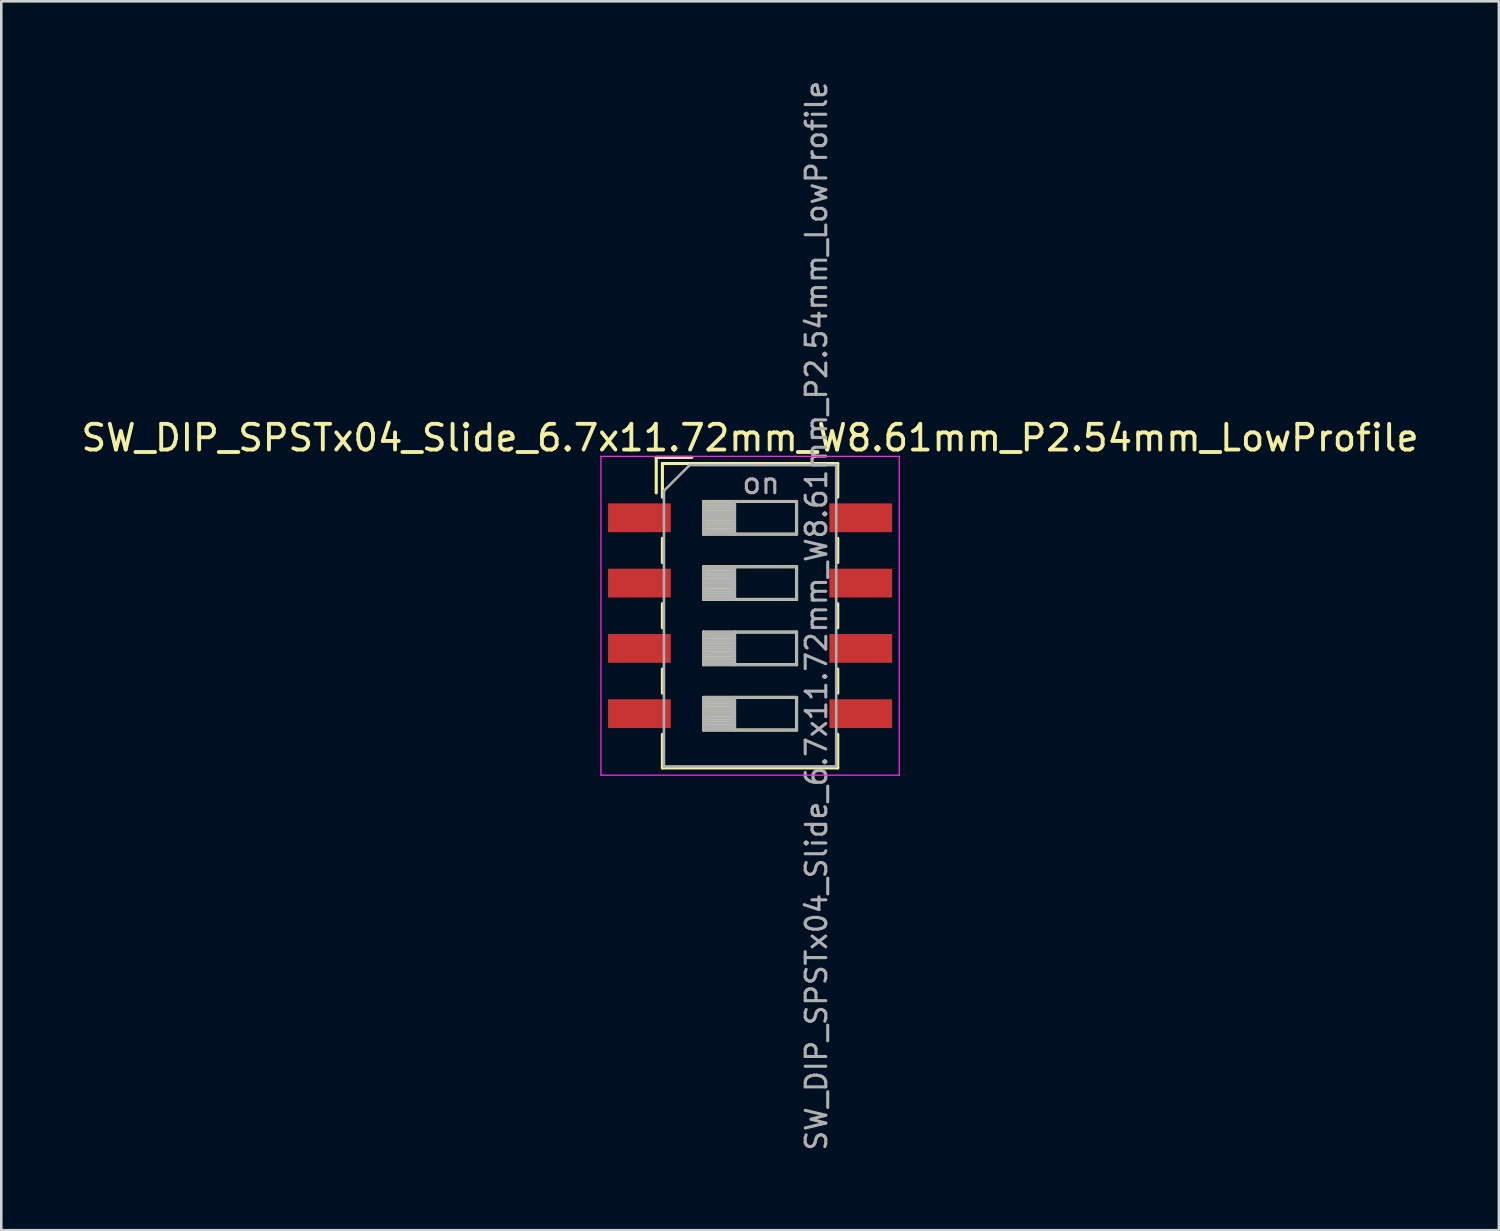
<source format=kicad_pcb>
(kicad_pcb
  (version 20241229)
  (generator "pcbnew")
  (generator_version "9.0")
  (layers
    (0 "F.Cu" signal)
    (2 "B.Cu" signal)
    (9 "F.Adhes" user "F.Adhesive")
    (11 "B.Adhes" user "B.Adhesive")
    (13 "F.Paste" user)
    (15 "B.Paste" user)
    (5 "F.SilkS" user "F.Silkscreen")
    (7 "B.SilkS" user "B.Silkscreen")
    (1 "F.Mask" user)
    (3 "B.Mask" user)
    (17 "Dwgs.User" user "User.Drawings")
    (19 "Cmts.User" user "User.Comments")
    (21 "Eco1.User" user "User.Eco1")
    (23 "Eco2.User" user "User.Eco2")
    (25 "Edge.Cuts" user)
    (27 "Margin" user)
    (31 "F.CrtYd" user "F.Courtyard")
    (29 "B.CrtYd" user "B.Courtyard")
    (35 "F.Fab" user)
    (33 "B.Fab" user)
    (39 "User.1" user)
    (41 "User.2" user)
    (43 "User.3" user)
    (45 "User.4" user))
  (footprint "SW_DIP_SPSTx04_Slide_6.7x11.72mm_W8.61mm_P2.54mm_LowProfile"
    (layer "F.Cu")
    (at 26.125 20.9)
    (property "Reference" "SW_DIP_SPSTx04_Slide_6.7x11.72mm_W8.61mm_P2.54mm_LowProfile" (at 0 -6.92 0) (layer "F.SilkS") (effects (font (size 1 1) (thickness 0.15))))
    (attr smd)
    (fp_line (start -3.65 -6.16) (end -3.65 -4.777) (stroke (width 0.12) (type solid)) (layer "F.SilkS"))
    (fp_line (start -3.65 -6.16) (end -2.267 -6.16) (stroke (width 0.12) (type solid)) (layer "F.SilkS"))
    (fp_line (start -3.41 -5.92) (end -3.41 -4.61) (stroke (width 0.12) (type solid)) (layer "F.SilkS"))
    (fp_line (start -3.41 -5.92) (end 3.41 -5.92) (stroke (width 0.12) (type solid)) (layer "F.SilkS"))
    (fp_line (start -3.41 -3.01) (end -3.41 -2.07) (stroke (width 0.12) (type solid)) (layer "F.SilkS"))
    (fp_line (start -3.41 -0.47) (end -3.41 0.47) (stroke (width 0.12) (type solid)) (layer "F.SilkS"))
    (fp_line (start -3.41 2.07) (end -3.41 3.01) (stroke (width 0.12) (type solid)) (layer "F.SilkS"))
    (fp_line (start -3.41 4.61) (end -3.41 5.92) (stroke (width 0.12) (type solid)) (layer "F.SilkS"))
    (fp_line (start -3.41 5.92) (end 3.41 5.92) (stroke (width 0.12) (type solid)) (layer "F.SilkS"))
    (fp_line (start -1.81 -4.445) (end -1.81 -3.175) (stroke (width 0.12) (type solid)) (layer "F.SilkS"))
    (fp_line (start -1.81 -4.325) (end -0.603 -4.325) (stroke (width 0.12) (type solid)) (layer "F.SilkS"))
    (fp_line (start -1.81 -4.205) (end -0.603 -4.205) (stroke (width 0.12) (type solid)) (layer "F.SilkS"))
    (fp_line (start -1.81 -4.085) (end -0.603 -4.085) (stroke (width 0.12) (type solid)) (layer "F.SilkS"))
    (fp_line (start -1.81 -3.965) (end -0.603 -3.965) (stroke (width 0.12) (type solid)) (layer "F.SilkS"))
    (fp_line (start -1.81 -3.845) (end -0.603 -3.845) (stroke (width 0.12) (type solid)) (layer "F.SilkS"))
    (fp_line (start -1.81 -3.725) (end -0.603 -3.725) (stroke (width 0.12) (type solid)) (layer "F.SilkS"))
    (fp_line (start -1.81 -3.605) (end -0.603 -3.605) (stroke (width 0.12) (type solid)) (layer "F.SilkS"))
    (fp_line (start -1.81 -3.485) (end -0.603 -3.485) (stroke (width 0.12) (type solid)) (layer "F.SilkS"))
    (fp_line (start -1.81 -3.365) (end -0.603 -3.365) (stroke (width 0.12) (type solid)) (layer "F.SilkS"))
    (fp_line (start -1.81 -3.245) (end -0.603 -3.245) (stroke (width 0.12) (type solid)) (layer "F.SilkS"))
    (fp_line (start -1.81 -3.175) (end 1.81 -3.175) (stroke (width 0.12) (type solid)) (layer "F.SilkS"))
    (fp_line (start -1.81 -1.905) (end -1.81 -0.635) (stroke (width 0.12) (type solid)) (layer "F.SilkS"))
    (fp_line (start -1.81 -1.785) (end -0.603 -1.785) (stroke (width 0.12) (type solid)) (layer "F.SilkS"))
    (fp_line (start -1.81 -1.665) (end -0.603 -1.665) (stroke (width 0.12) (type solid)) (layer "F.SilkS"))
    (fp_line (start -1.81 -1.545) (end -0.603 -1.545) (stroke (width 0.12) (type solid)) (layer "F.SilkS"))
    (fp_line (start -1.81 -1.425) (end -0.603 -1.425) (stroke (width 0.12) (type solid)) (layer "F.SilkS"))
    (fp_line (start -1.81 -1.305) (end -0.603 -1.305) (stroke (width 0.12) (type solid)) (layer "F.SilkS"))
    (fp_line (start -1.81 -1.185) (end -0.603 -1.185) (stroke (width 0.12) (type solid)) (layer "F.SilkS"))
    (fp_line (start -1.81 -1.065) (end -0.603 -1.065) (stroke (width 0.12) (type solid)) (layer "F.SilkS"))
    (fp_line (start -1.81 -0.945) (end -0.603 -0.945) (stroke (width 0.12) (type solid)) (layer "F.SilkS"))
    (fp_line (start -1.81 -0.825) (end -0.603 -0.825) (stroke (width 0.12) (type solid)) (layer "F.SilkS"))
    (fp_line (start -1.81 -0.705) (end -0.603 -0.705) (stroke (width 0.12) (type solid)) (layer "F.SilkS"))
    (fp_line (start -1.81 -0.635) (end 1.81 -0.635) (stroke (width 0.12) (type solid)) (layer "F.SilkS"))
    (fp_line (start -1.81 0.635) (end -1.81 1.905) (stroke (width 0.12) (type solid)) (layer "F.SilkS"))
    (fp_line (start -1.81 0.755) (end -0.603 0.755) (stroke (width 0.12) (type solid)) (layer "F.SilkS"))
    (fp_line (start -1.81 0.875) (end -0.603 0.875) (stroke (width 0.12) (type solid)) (layer "F.SilkS"))
    (fp_line (start -1.81 0.995) (end -0.603 0.995) (stroke (width 0.12) (type solid)) (layer "F.SilkS"))
    (fp_line (start -1.81 1.115) (end -0.603 1.115) (stroke (width 0.12) (type solid)) (layer "F.SilkS"))
    (fp_line (start -1.81 1.235) (end -0.603 1.235) (stroke (width 0.12) (type solid)) (layer "F.SilkS"))
    (fp_line (start -1.81 1.355) (end -0.603 1.355) (stroke (width 0.12) (type solid)) (layer "F.SilkS"))
    (fp_line (start -1.81 1.475) (end -0.603 1.475) (stroke (width 0.12) (type solid)) (layer "F.SilkS"))
    (fp_line (start -1.81 1.595) (end -0.603 1.595) (stroke (width 0.12) (type solid)) (layer "F.SilkS"))
    (fp_line (start -1.81 1.715) (end -0.603 1.715) (stroke (width 0.12) (type solid)) (layer "F.SilkS"))
    (fp_line (start -1.81 1.835) (end -0.603 1.835) (stroke (width 0.12) (type solid)) (layer "F.SilkS"))
    (fp_line (start -1.81 1.905) (end 1.81 1.905) (stroke (width 0.12) (type solid)) (layer "F.SilkS"))
    (fp_line (start -1.81 3.175) (end -1.81 4.445) (stroke (width 0.12) (type solid)) (layer "F.SilkS"))
    (fp_line (start -1.81 3.295) (end -0.603 3.295) (stroke (width 0.12) (type solid)) (layer "F.SilkS"))
    (fp_line (start -1.81 3.415) (end -0.603 3.415) (stroke (width 0.12) (type solid)) (layer "F.SilkS"))
    (fp_line (start -1.81 3.535) (end -0.603 3.535) (stroke (width 0.12) (type solid)) (layer "F.SilkS"))
    (fp_line (start -1.81 3.655) (end -0.603 3.655) (stroke (width 0.12) (type solid)) (layer "F.SilkS"))
    (fp_line (start -1.81 3.775) (end -0.603 3.775) (stroke (width 0.12) (type solid)) (layer "F.SilkS"))
    (fp_line (start -1.81 3.895) (end -0.603 3.895) (stroke (width 0.12) (type solid)) (layer "F.SilkS"))
    (fp_line (start -1.81 4.015) (end -0.603 4.015) (stroke (width 0.12) (type solid)) (layer "F.SilkS"))
    (fp_line (start -1.81 4.135) (end -0.603 4.135) (stroke (width 0.12) (type solid)) (layer "F.SilkS"))
    (fp_line (start -1.81 4.255) (end -0.603 4.255) (stroke (width 0.12) (type solid)) (layer "F.SilkS"))
    (fp_line (start -1.81 4.375) (end -0.603 4.375) (stroke (width 0.12) (type solid)) (layer "F.SilkS"))
    (fp_line (start -1.81 4.445) (end 1.81 4.445) (stroke (width 0.12) (type solid)) (layer "F.SilkS"))
    (fp_line (start -0.603 -4.445) (end -0.603 -3.175) (stroke (width 0.12) (type solid)) (layer "F.SilkS"))
    (fp_line (start -0.603 -1.905) (end -0.603 -0.635) (stroke (width 0.12) (type solid)) (layer "F.SilkS"))
    (fp_line (start -0.603 0.635) (end -0.603 1.905) (stroke (width 0.12) (type solid)) (layer "F.SilkS"))
    (fp_line (start -0.603 3.175) (end -0.603 4.445) (stroke (width 0.12) (type solid)) (layer "F.SilkS"))
    (fp_line (start 1.81 -4.445) (end -1.81 -4.445) (stroke (width 0.12) (type solid)) (layer "F.SilkS"))
    (fp_line (start 1.81 -3.175) (end 1.81 -4.445) (stroke (width 0.12) (type solid)) (layer "F.SilkS"))
    (fp_line (start 1.81 -1.905) (end -1.81 -1.905) (stroke (width 0.12) (type solid)) (layer "F.SilkS"))
    (fp_line (start 1.81 -0.635) (end 1.81 -1.905) (stroke (width 0.12) (type solid)) (layer "F.SilkS"))
    (fp_line (start 1.81 0.635) (end -1.81 0.635) (stroke (width 0.12) (type solid)) (layer "F.SilkS"))
    (fp_line (start 1.81 1.905) (end 1.81 0.635) (stroke (width 0.12) (type solid)) (layer "F.SilkS"))
    (fp_line (start 1.81 3.175) (end -1.81 3.175) (stroke (width 0.12) (type solid)) (layer "F.SilkS"))
    (fp_line (start 1.81 4.445) (end 1.81 3.175) (stroke (width 0.12) (type solid)) (layer "F.SilkS"))
    (fp_line (start 3.41 -5.92) (end 3.41 -4.61) (stroke (width 0.12) (type solid)) (layer "F.SilkS"))
    (fp_line (start 3.41 -3.01) (end 3.41 -2.07) (stroke (width 0.12) (type solid)) (layer "F.SilkS"))
    (fp_line (start 3.41 -0.47) (end 3.41 0.47) (stroke (width 0.12) (type solid)) (layer "F.SilkS"))
    (fp_line (start 3.41 2.07) (end 3.41 3.01) (stroke (width 0.12) (type solid)) (layer "F.SilkS"))
    (fp_line (start 3.41 4.61) (end 3.41 5.92) (stroke (width 0.12) (type solid)) (layer "F.SilkS"))
    (fp_line (start -5.8 -6.2) (end -5.8 6.2) (stroke (width 0.05) (type solid)) (layer "F.CrtYd"))
    (fp_line (start -5.8 6.2) (end 5.8 6.2) (stroke (width 0.05) (type solid)) (layer "F.CrtYd"))
    (fp_line (start 5.8 -6.2) (end -5.8 -6.2) (stroke (width 0.05) (type solid)) (layer "F.CrtYd"))
    (fp_line (start 5.8 6.2) (end 5.8 -6.2) (stroke (width 0.05) (type solid)) (layer "F.CrtYd"))
    (fp_line (start -3.35 -4.86) (end -2.35 -5.86) (stroke (width 0.1) (type solid)) (layer "F.Fab"))
    (fp_line (start -3.35 5.86) (end -3.35 -4.86) (stroke (width 0.1) (type solid)) (layer "F.Fab"))
    (fp_line (start -2.35 -5.86) (end 3.35 -5.86) (stroke (width 0.1) (type solid)) (layer "F.Fab"))
    (fp_line (start -1.81 -4.445) (end -1.81 -3.175) (stroke (width 0.1) (type solid)) (layer "F.Fab"))
    (fp_line (start -1.81 -4.345) (end -0.603 -4.345) (stroke (width 0.1) (type solid)) (layer "F.Fab"))
    (fp_line (start -1.81 -4.245) (end -0.603 -4.245) (stroke (width 0.1) (type solid)) (layer "F.Fab"))
    (fp_line (start -1.81 -4.145) (end -0.603 -4.145) (stroke (width 0.1) (type solid)) (layer "F.Fab"))
    (fp_line (start -1.81 -4.045) (end -0.603 -4.045) (stroke (width 0.1) (type solid)) (layer "F.Fab"))
    (fp_line (start -1.81 -3.945) (end -0.603 -3.945) (stroke (width 0.1) (type solid)) (layer "F.Fab"))
    (fp_line (start -1.81 -3.845) (end -0.603 -3.845) (stroke (width 0.1) (type solid)) (layer "F.Fab"))
    (fp_line (start -1.81 -3.745) (end -0.603 -3.745) (stroke (width 0.1) (type solid)) (layer "F.Fab"))
    (fp_line (start -1.81 -3.645) (end -0.603 -3.645) (stroke (width 0.1) (type solid)) (layer "F.Fab"))
    (fp_line (start -1.81 -3.545) (end -0.603 -3.545) (stroke (width 0.1) (type solid)) (layer "F.Fab"))
    (fp_line (start -1.81 -3.445) (end -0.603 -3.445) (stroke (width 0.1) (type solid)) (layer "F.Fab"))
    (fp_line (start -1.81 -3.345) (end -0.603 -3.345) (stroke (width 0.1) (type solid)) (layer "F.Fab"))
    (fp_line (start -1.81 -3.245) (end -0.603 -3.245) (stroke (width 0.1) (type solid)) (layer "F.Fab"))
    (fp_line (start -1.81 -3.175) (end 1.81 -3.175) (stroke (width 0.1) (type solid)) (layer "F.Fab"))
    (fp_line (start -1.81 -1.905) (end -1.81 -0.635) (stroke (width 0.1) (type solid)) (layer "F.Fab"))
    (fp_line (start -1.81 -1.805) (end -0.603 -1.805) (stroke (width 0.1) (type solid)) (layer "F.Fab"))
    (fp_line (start -1.81 -1.705) (end -0.603 -1.705) (stroke (width 0.1) (type solid)) (layer "F.Fab"))
    (fp_line (start -1.81 -1.605) (end -0.603 -1.605) (stroke (width 0.1) (type solid)) (layer "F.Fab"))
    (fp_line (start -1.81 -1.505) (end -0.603 -1.505) (stroke (width 0.1) (type solid)) (layer "F.Fab"))
    (fp_line (start -1.81 -1.405) (end -0.603 -1.405) (stroke (width 0.1) (type solid)) (layer "F.Fab"))
    (fp_line (start -1.81 -1.305) (end -0.603 -1.305) (stroke (width 0.1) (type solid)) (layer "F.Fab"))
    (fp_line (start -1.81 -1.205) (end -0.603 -1.205) (stroke (width 0.1) (type solid)) (layer "F.Fab"))
    (fp_line (start -1.81 -1.105) (end -0.603 -1.105) (stroke (width 0.1) (type solid)) (layer "F.Fab"))
    (fp_line (start -1.81 -1.005) (end -0.603 -1.005) (stroke (width 0.1) (type solid)) (layer "F.Fab"))
    (fp_line (start -1.81 -0.905) (end -0.603 -0.905) (stroke (width 0.1) (type solid)) (layer "F.Fab"))
    (fp_line (start -1.81 -0.805) (end -0.603 -0.805) (stroke (width 0.1) (type solid)) (layer "F.Fab"))
    (fp_line (start -1.81 -0.705) (end -0.603 -0.705) (stroke (width 0.1) (type solid)) (layer "F.Fab"))
    (fp_line (start -1.81 -0.635) (end 1.81 -0.635) (stroke (width 0.1) (type solid)) (layer "F.Fab"))
    (fp_line (start -1.81 0.635) (end -1.81 1.905) (stroke (width 0.1) (type solid)) (layer "F.Fab"))
    (fp_line (start -1.81 0.735) (end -0.603 0.735) (stroke (width 0.1) (type solid)) (layer "F.Fab"))
    (fp_line (start -1.81 0.835) (end -0.603 0.835) (stroke (width 0.1) (type solid)) (layer "F.Fab"))
    (fp_line (start -1.81 0.935) (end -0.603 0.935) (stroke (width 0.1) (type solid)) (layer "F.Fab"))
    (fp_line (start -1.81 1.035) (end -0.603 1.035) (stroke (width 0.1) (type solid)) (layer "F.Fab"))
    (fp_line (start -1.81 1.135) (end -0.603 1.135) (stroke (width 0.1) (type solid)) (layer "F.Fab"))
    (fp_line (start -1.81 1.235) (end -0.603 1.235) (stroke (width 0.1) (type solid)) (layer "F.Fab"))
    (fp_line (start -1.81 1.335) (end -0.603 1.335) (stroke (width 0.1) (type solid)) (layer "F.Fab"))
    (fp_line (start -1.81 1.435) (end -0.603 1.435) (stroke (width 0.1) (type solid)) (layer "F.Fab"))
    (fp_line (start -1.81 1.535) (end -0.603 1.535) (stroke (width 0.1) (type solid)) (layer "F.Fab"))
    (fp_line (start -1.81 1.635) (end -0.603 1.635) (stroke (width 0.1) (type solid)) (layer "F.Fab"))
    (fp_line (start -1.81 1.735) (end -0.603 1.735) (stroke (width 0.1) (type solid)) (layer "F.Fab"))
    (fp_line (start -1.81 1.835) (end -0.603 1.835) (stroke (width 0.1) (type solid)) (layer "F.Fab"))
    (fp_line (start -1.81 1.905) (end 1.81 1.905) (stroke (width 0.1) (type solid)) (layer "F.Fab"))
    (fp_line (start -1.81 3.175) (end -1.81 4.445) (stroke (width 0.1) (type solid)) (layer "F.Fab"))
    (fp_line (start -1.81 3.275) (end -0.603 3.275) (stroke (width 0.1) (type solid)) (layer "F.Fab"))
    (fp_line (start -1.81 3.375) (end -0.603 3.375) (stroke (width 0.1) (type solid)) (layer "F.Fab"))
    (fp_line (start -1.81 3.475) (end -0.603 3.475) (stroke (width 0.1) (type solid)) (layer "F.Fab"))
    (fp_line (start -1.81 3.575) (end -0.603 3.575) (stroke (width 0.1) (type solid)) (layer "F.Fab"))
    (fp_line (start -1.81 3.675) (end -0.603 3.675) (stroke (width 0.1) (type solid)) (layer "F.Fab"))
    (fp_line (start -1.81 3.775) (end -0.603 3.775) (stroke (width 0.1) (type solid)) (layer "F.Fab"))
    (fp_line (start -1.81 3.875) (end -0.603 3.875) (stroke (width 0.1) (type solid)) (layer "F.Fab"))
    (fp_line (start -1.81 3.975) (end -0.603 3.975) (stroke (width 0.1) (type solid)) (layer "F.Fab"))
    (fp_line (start -1.81 4.075) (end -0.603 4.075) (stroke (width 0.1) (type solid)) (layer "F.Fab"))
    (fp_line (start -1.81 4.175) (end -0.603 4.175) (stroke (width 0.1) (type solid)) (layer "F.Fab"))
    (fp_line (start -1.81 4.275) (end -0.603 4.275) (stroke (width 0.1) (type solid)) (layer "F.Fab"))
    (fp_line (start -1.81 4.375) (end -0.603 4.375) (stroke (width 0.1) (type solid)) (layer "F.Fab"))
    (fp_line (start -1.81 4.445) (end 1.81 4.445) (stroke (width 0.1) (type solid)) (layer "F.Fab"))
    (fp_line (start -0.603 -4.445) (end -0.603 -3.175) (stroke (width 0.1) (type solid)) (layer "F.Fab"))
    (fp_line (start -0.603 -1.905) (end -0.603 -0.635) (stroke (width 0.1) (type solid)) (layer "F.Fab"))
    (fp_line (start -0.603 0.635) (end -0.603 1.905) (stroke (width 0.1) (type solid)) (layer "F.Fab"))
    (fp_line (start -0.603 3.175) (end -0.603 4.445) (stroke (width 0.1) (type solid)) (layer "F.Fab"))
    (fp_line (start 1.81 -4.445) (end -1.81 -4.445) (stroke (width 0.1) (type solid)) (layer "F.Fab"))
    (fp_line (start 1.81 -3.175) (end 1.81 -4.445) (stroke (width 0.1) (type solid)) (layer "F.Fab"))
    (fp_line (start 1.81 -1.905) (end -1.81 -1.905) (stroke (width 0.1) (type solid)) (layer "F.Fab"))
    (fp_line (start 1.81 -0.635) (end 1.81 -1.905) (stroke (width 0.1) (type solid)) (layer "F.Fab"))
    (fp_line (start 1.81 0.635) (end -1.81 0.635) (stroke (width 0.1) (type solid)) (layer "F.Fab"))
    (fp_line (start 1.81 1.905) (end 1.81 0.635) (stroke (width 0.1) (type solid)) (layer "F.Fab"))
    (fp_line (start 1.81 3.175) (end -1.81 3.175) (stroke (width 0.1) (type solid)) (layer "F.Fab"))
    (fp_line (start 1.81 4.445) (end 1.81 3.175) (stroke (width 0.1) (type solid)) (layer "F.Fab"))
    (fp_line (start 3.35 -5.86) (end 3.35 5.86) (stroke (width 0.1) (type solid)) (layer "F.Fab"))
    (fp_line (start 3.35 5.86) (end -3.35 5.86) (stroke (width 0.1) (type solid)) (layer "F.Fab"))
    (fp_text user "on" (at 0.427 -5.152 0) (layer "F.Fab") (effects (font (size 0.8 0.8) (thickness 0.12))))
    (fp_text user "${REFERENCE}" (at 2.58 0 90) (layer "F.Fab") (effects (font (size 0.8 0.8) (thickness 0.12))))
    (pad "1" smd rect (at -4.305 -3.81) (size 2.44 1.12) (layers "F.Cu" "F.Mask" "F.Paste"))
    (pad "2" smd rect (at -4.305 -1.27) (size 2.44 1.12) (layers "F.Cu" "F.Mask" "F.Paste"))
    (pad "3" smd rect (at -4.305 1.27) (size 2.44 1.12) (layers "F.Cu" "F.Mask" "F.Paste"))
    (pad "4" smd rect (at -4.305 3.81) (size 2.44 1.12) (layers "F.Cu" "F.Mask" "F.Paste"))
    (pad "5" smd rect (at 4.305 3.81) (size 2.44 1.12) (layers "F.Cu" "F.Mask" "F.Paste"))
    (pad "6" smd rect (at 4.305 1.27) (size 2.44 1.12) (layers "F.Cu" "F.Mask" "F.Paste"))
    (pad "7" smd rect (at 4.305 -1.27) (size 2.44 1.12) (layers "F.Cu" "F.Mask" "F.Paste"))
    (pad "8" smd rect (at 4.305 -3.81) (size 2.44 1.12) (layers "F.Cu" "F.Mask" "F.Paste")))
  (gr_rect
    (start -3 -3)
    (end 55.25 44.8)
    (stroke (width 0.1) (type default))
    (fill no)
    (layer "Edge.Cuts")))
</source>
